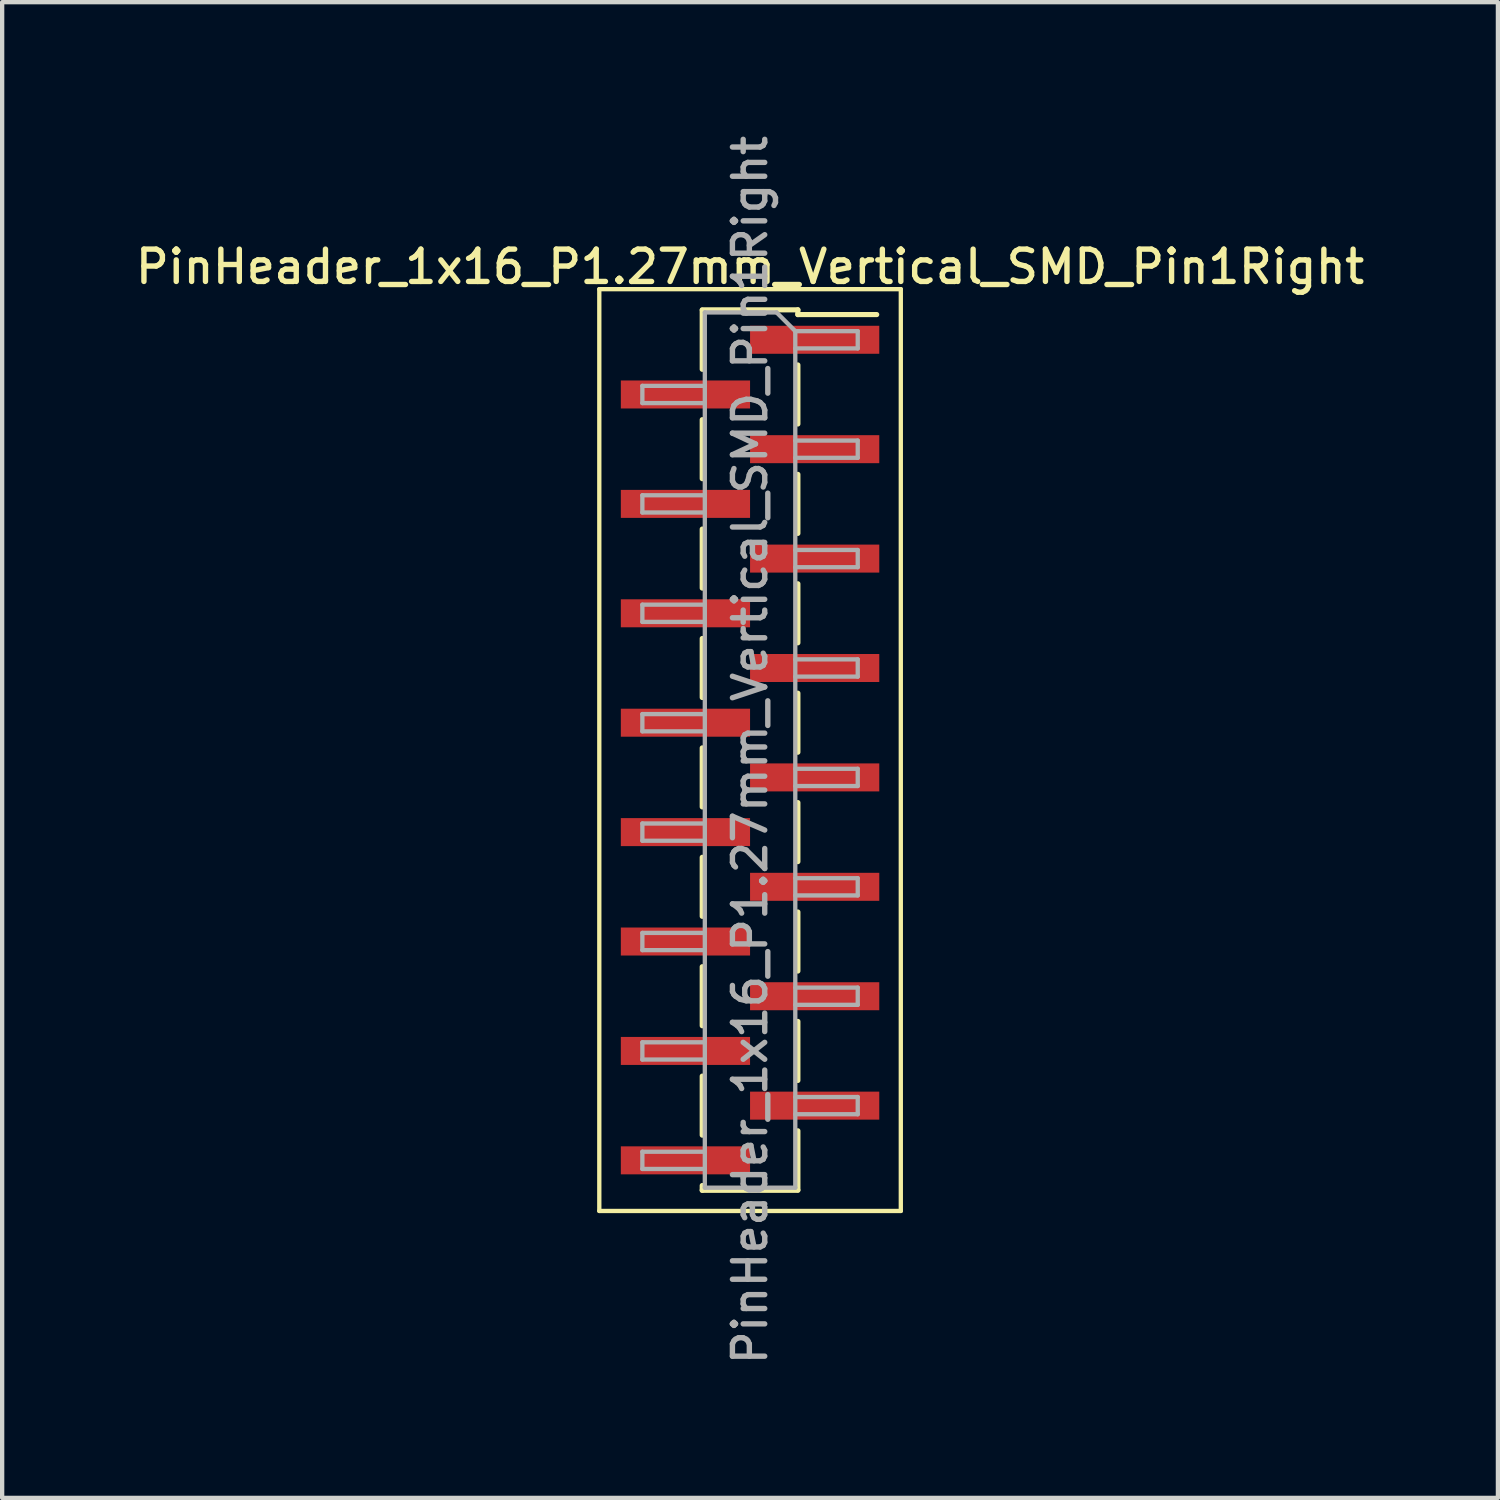
<source format=kicad_pcb>
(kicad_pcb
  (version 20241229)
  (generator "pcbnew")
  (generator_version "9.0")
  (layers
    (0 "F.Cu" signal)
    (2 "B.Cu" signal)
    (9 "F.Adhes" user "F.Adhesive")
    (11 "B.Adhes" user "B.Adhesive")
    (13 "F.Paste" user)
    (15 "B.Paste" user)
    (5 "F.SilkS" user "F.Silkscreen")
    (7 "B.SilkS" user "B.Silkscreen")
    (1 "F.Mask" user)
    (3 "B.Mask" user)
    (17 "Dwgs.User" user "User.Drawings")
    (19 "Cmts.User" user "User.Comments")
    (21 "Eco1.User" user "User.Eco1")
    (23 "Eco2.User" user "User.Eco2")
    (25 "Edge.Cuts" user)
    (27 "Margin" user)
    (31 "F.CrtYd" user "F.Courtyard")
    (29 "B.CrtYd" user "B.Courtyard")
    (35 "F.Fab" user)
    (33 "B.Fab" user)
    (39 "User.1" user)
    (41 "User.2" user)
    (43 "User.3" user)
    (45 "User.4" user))
  (footprint "PinHeader_1x16_P1.27mm_Vertical_SMD_Pin1Right"
    (layer "F.Cu")
    (at 14.363 14.363)
    (property "Reference" "PinHeader_1x16_P1.27mm_Vertical_SMD_Pin1Right" (at 0 -11.22 0) (layer "F.SilkS") (effects (font (size 0.75 0.75) (thickness 0.125))))
    (attr smd)
    (fp_line (start -3.5 -10.7) (end -3.5 10.7) (stroke (width 0.1) (type solid)) (layer "F.SilkS"))
    (fp_line (start -3.5 10.7) (end 3.5 10.7) (stroke (width 0.1) (type solid)) (layer "F.SilkS"))
    (fp_line (start -1.11 -10.22) (end 1.11 -10.22) (stroke (width 0.12) (type solid)) (layer "F.SilkS"))
    (fp_line (start -1.11 -10.21) (end -1.11 -8.84) (stroke (width 0.12) (type solid)) (layer "F.SilkS"))
    (fp_line (start -1.11 -7.67) (end -1.11 -6.3) (stroke (width 0.12) (type solid)) (layer "F.SilkS"))
    (fp_line (start -1.11 -5.13) (end -1.11 -3.76) (stroke (width 0.12) (type solid)) (layer "F.SilkS"))
    (fp_line (start -1.11 -2.59) (end -1.11 -1.22) (stroke (width 0.12) (type solid)) (layer "F.SilkS"))
    (fp_line (start -1.11 -0.05) (end -1.11 1.32) (stroke (width 0.12) (type solid)) (layer "F.SilkS"))
    (fp_line (start -1.11 2.49) (end -1.11 3.86) (stroke (width 0.12) (type solid)) (layer "F.SilkS"))
    (fp_line (start -1.11 5.03) (end -1.11 6.4) (stroke (width 0.12) (type solid)) (layer "F.SilkS"))
    (fp_line (start -1.11 7.57) (end -1.11 8.94) (stroke (width 0.12) (type solid)) (layer "F.SilkS"))
    (fp_line (start -1.11 10.11) (end -1.11 10.22) (stroke (width 0.12) (type solid)) (layer "F.SilkS"))
    (fp_line (start -1.11 10.22) (end 1.11 10.22) (stroke (width 0.12) (type solid)) (layer "F.SilkS"))
    (fp_line (start 1.11 -10.22) (end 1.11 -10.11) (stroke (width 0.12) (type solid)) (layer "F.SilkS"))
    (fp_line (start 1.11 -10.11) (end 2.94 -10.11) (stroke (width 0.12) (type solid)) (layer "F.SilkS"))
    (fp_line (start 1.11 -8.94) (end 1.11 -7.57) (stroke (width 0.12) (type solid)) (layer "F.SilkS"))
    (fp_line (start 1.11 -6.4) (end 1.11 -5.03) (stroke (width 0.12) (type solid)) (layer "F.SilkS"))
    (fp_line (start 1.11 -3.86) (end 1.11 -2.49) (stroke (width 0.12) (type solid)) (layer "F.SilkS"))
    (fp_line (start 1.11 -1.32) (end 1.11 0.05) (stroke (width 0.12) (type solid)) (layer "F.SilkS"))
    (fp_line (start 1.11 1.22) (end 1.11 2.59) (stroke (width 0.12) (type solid)) (layer "F.SilkS"))
    (fp_line (start 1.11 3.76) (end 1.11 5.13) (stroke (width 0.12) (type solid)) (layer "F.SilkS"))
    (fp_line (start 1.11 6.3) (end 1.11 7.67) (stroke (width 0.12) (type solid)) (layer "F.SilkS"))
    (fp_line (start 1.11 8.84) (end 1.11 10.21) (stroke (width 0.12) (type solid)) (layer "F.SilkS"))
    (fp_line (start 3.5 -10.7) (end -3.5 -10.7) (stroke (width 0.1) (type solid)) (layer "F.SilkS"))
    (fp_line (start 3.5 10.7) (end 3.5 -10.7) (stroke (width 0.1) (type solid)) (layer "F.SilkS"))
    (fp_line (start -2.5 -8.455) (end -2.5 -8.055) (stroke (width 0.1) (type solid)) (layer "F.Fab"))
    (fp_line (start -2.5 -8.055) (end -1.05 -8.055) (stroke (width 0.1) (type solid)) (layer "F.Fab"))
    (fp_line (start -2.5 -5.915) (end -2.5 -5.515) (stroke (width 0.1) (type solid)) (layer "F.Fab"))
    (fp_line (start -2.5 -5.515) (end -1.05 -5.515) (stroke (width 0.1) (type solid)) (layer "F.Fab"))
    (fp_line (start -2.5 -3.375) (end -2.5 -2.975) (stroke (width 0.1) (type solid)) (layer "F.Fab"))
    (fp_line (start -2.5 -2.975) (end -1.05 -2.975) (stroke (width 0.1) (type solid)) (layer "F.Fab"))
    (fp_line (start -2.5 -0.835) (end -2.5 -0.435) (stroke (width 0.1) (type solid)) (layer "F.Fab"))
    (fp_line (start -2.5 -0.435) (end -1.05 -0.435) (stroke (width 0.1) (type solid)) (layer "F.Fab"))
    (fp_line (start -2.5 1.705) (end -2.5 2.105) (stroke (width 0.1) (type solid)) (layer "F.Fab"))
    (fp_line (start -2.5 2.105) (end -1.05 2.105) (stroke (width 0.1) (type solid)) (layer "F.Fab"))
    (fp_line (start -2.5 4.245) (end -2.5 4.645) (stroke (width 0.1) (type solid)) (layer "F.Fab"))
    (fp_line (start -2.5 4.645) (end -1.05 4.645) (stroke (width 0.1) (type solid)) (layer "F.Fab"))
    (fp_line (start -2.5 6.785) (end -2.5 7.185) (stroke (width 0.1) (type solid)) (layer "F.Fab"))
    (fp_line (start -2.5 7.185) (end -1.05 7.185) (stroke (width 0.1) (type solid)) (layer "F.Fab"))
    (fp_line (start -2.5 9.325) (end -2.5 9.725) (stroke (width 0.1) (type solid)) (layer "F.Fab"))
    (fp_line (start -2.5 9.725) (end -1.05 9.725) (stroke (width 0.1) (type solid)) (layer "F.Fab"))
    (fp_line (start -1.05 -10.16) (end -1.05 10.16) (stroke (width 0.1) (type solid)) (layer "F.Fab"))
    (fp_line (start -1.05 -10.16) (end 0.615 -10.16) (stroke (width 0.1) (type solid)) (layer "F.Fab"))
    (fp_line (start -1.05 -8.455) (end -2.5 -8.455) (stroke (width 0.1) (type solid)) (layer "F.Fab"))
    (fp_line (start -1.05 -5.915) (end -2.5 -5.915) (stroke (width 0.1) (type solid)) (layer "F.Fab"))
    (fp_line (start -1.05 -3.375) (end -2.5 -3.375) (stroke (width 0.1) (type solid)) (layer "F.Fab"))
    (fp_line (start -1.05 -0.835) (end -2.5 -0.835) (stroke (width 0.1) (type solid)) (layer "F.Fab"))
    (fp_line (start -1.05 1.705) (end -2.5 1.705) (stroke (width 0.1) (type solid)) (layer "F.Fab"))
    (fp_line (start -1.05 4.245) (end -2.5 4.245) (stroke (width 0.1) (type solid)) (layer "F.Fab"))
    (fp_line (start -1.05 6.785) (end -2.5 6.785) (stroke (width 0.1) (type solid)) (layer "F.Fab"))
    (fp_line (start -1.05 9.325) (end -2.5 9.325) (stroke (width 0.1) (type solid)) (layer "F.Fab"))
    (fp_line (start 1.05 -9.725) (end 0.615 -10.16) (stroke (width 0.1) (type solid)) (layer "F.Fab"))
    (fp_line (start 1.05 -9.725) (end 2.5 -9.725) (stroke (width 0.1) (type solid)) (layer "F.Fab"))
    (fp_line (start 1.05 -7.185) (end 2.5 -7.185) (stroke (width 0.1) (type solid)) (layer "F.Fab"))
    (fp_line (start 1.05 -4.645) (end 2.5 -4.645) (stroke (width 0.1) (type solid)) (layer "F.Fab"))
    (fp_line (start 1.05 -2.105) (end 2.5 -2.105) (stroke (width 0.1) (type solid)) (layer "F.Fab"))
    (fp_line (start 1.05 0.435) (end 2.5 0.435) (stroke (width 0.1) (type solid)) (layer "F.Fab"))
    (fp_line (start 1.05 2.975) (end 2.5 2.975) (stroke (width 0.1) (type solid)) (layer "F.Fab"))
    (fp_line (start 1.05 5.515) (end 2.5 5.515) (stroke (width 0.1) (type solid)) (layer "F.Fab"))
    (fp_line (start 1.05 8.055) (end 2.5 8.055) (stroke (width 0.1) (type solid)) (layer "F.Fab"))
    (fp_line (start 1.05 10.16) (end -1.05 10.16) (stroke (width 0.1) (type solid)) (layer "F.Fab"))
    (fp_line (start 1.05 10.16) (end 1.05 -9.725) (stroke (width 0.1) (type solid)) (layer "F.Fab"))
    (fp_line (start 2.5 -9.725) (end 2.5 -9.325) (stroke (width 0.1) (type solid)) (layer "F.Fab"))
    (fp_line (start 2.5 -9.325) (end 1.05 -9.325) (stroke (width 0.1) (type solid)) (layer "F.Fab"))
    (fp_line (start 2.5 -7.185) (end 2.5 -6.785) (stroke (width 0.1) (type solid)) (layer "F.Fab"))
    (fp_line (start 2.5 -6.785) (end 1.05 -6.785) (stroke (width 0.1) (type solid)) (layer "F.Fab"))
    (fp_line (start 2.5 -4.645) (end 2.5 -4.245) (stroke (width 0.1) (type solid)) (layer "F.Fab"))
    (fp_line (start 2.5 -4.245) (end 1.05 -4.245) (stroke (width 0.1) (type solid)) (layer "F.Fab"))
    (fp_line (start 2.5 -2.105) (end 2.5 -1.705) (stroke (width 0.1) (type solid)) (layer "F.Fab"))
    (fp_line (start 2.5 -1.705) (end 1.05 -1.705) (stroke (width 0.1) (type solid)) (layer "F.Fab"))
    (fp_line (start 2.5 0.435) (end 2.5 0.835) (stroke (width 0.1) (type solid)) (layer "F.Fab"))
    (fp_line (start 2.5 0.835) (end 1.05 0.835) (stroke (width 0.1) (type solid)) (layer "F.Fab"))
    (fp_line (start 2.5 2.975) (end 2.5 3.375) (stroke (width 0.1) (type solid)) (layer "F.Fab"))
    (fp_line (start 2.5 3.375) (end 1.05 3.375) (stroke (width 0.1) (type solid)) (layer "F.Fab"))
    (fp_line (start 2.5 5.515) (end 2.5 5.915) (stroke (width 0.1) (type solid)) (layer "F.Fab"))
    (fp_line (start 2.5 5.915) (end 1.05 5.915) (stroke (width 0.1) (type solid)) (layer "F.Fab"))
    (fp_line (start 2.5 8.055) (end 2.5 8.455) (stroke (width 0.1) (type solid)) (layer "F.Fab"))
    (fp_line (start 2.5 8.455) (end 1.05 8.455) (stroke (width 0.1) (type solid)) (layer "F.Fab"))
    (fp_text user "${REFERENCE}" (at 0 0 90) (layer "F.Fab") (effects (font (size 0.75 0.75) (thickness 0.125))))
    (pad "1" smd rect (at 1.5 -9.525) (size 3 0.65) (layers "F.Cu" "F.Mask" "F.Paste"))
    (pad "2" smd rect (at -1.5 -8.255) (size 3 0.65) (layers "F.Cu" "F.Mask" "F.Paste"))
    (pad "3" smd rect (at 1.5 -6.985) (size 3 0.65) (layers "F.Cu" "F.Mask" "F.Paste"))
    (pad "4" smd rect (at -1.5 -5.715) (size 3 0.65) (layers "F.Cu" "F.Mask" "F.Paste"))
    (pad "5" smd rect (at 1.5 -4.445) (size 3 0.65) (layers "F.Cu" "F.Mask" "F.Paste"))
    (pad "6" smd rect (at -1.5 -3.175) (size 3 0.65) (layers "F.Cu" "F.Mask" "F.Paste"))
    (pad "7" smd rect (at 1.5 -1.905) (size 3 0.65) (layers "F.Cu" "F.Mask" "F.Paste"))
    (pad "8" smd rect (at -1.5 -0.635) (size 3 0.65) (layers "F.Cu" "F.Mask" "F.Paste"))
    (pad "9" smd rect (at 1.5 0.635) (size 3 0.65) (layers "F.Cu" "F.Mask" "F.Paste"))
    (pad "10" smd rect (at -1.5 1.905) (size 3 0.65) (layers "F.Cu" "F.Mask" "F.Paste"))
    (pad "11" smd rect (at 1.5 3.175) (size 3 0.65) (layers "F.Cu" "F.Mask" "F.Paste"))
    (pad "12" smd rect (at -1.5 4.445) (size 3 0.65) (layers "F.Cu" "F.Mask" "F.Paste"))
    (pad "13" smd rect (at 1.5 5.715) (size 3 0.65) (layers "F.Cu" "F.Mask" "F.Paste"))
    (pad "14" smd rect (at -1.5 6.985) (size 3 0.65) (layers "F.Cu" "F.Mask" "F.Paste"))
    (pad "15" smd rect (at 1.5 8.255) (size 3 0.65) (layers "F.Cu" "F.Mask" "F.Paste"))
    (pad "16" smd rect (at -1.5 9.525) (size 3 0.65) (layers "F.Cu" "F.Mask" "F.Paste")))
  (gr_rect
    (start -3 -3)
    (end 31.725 31.725)
    (stroke (width 0.1) (type default))
    (fill no)
    (layer "Edge.Cuts")))
</source>
